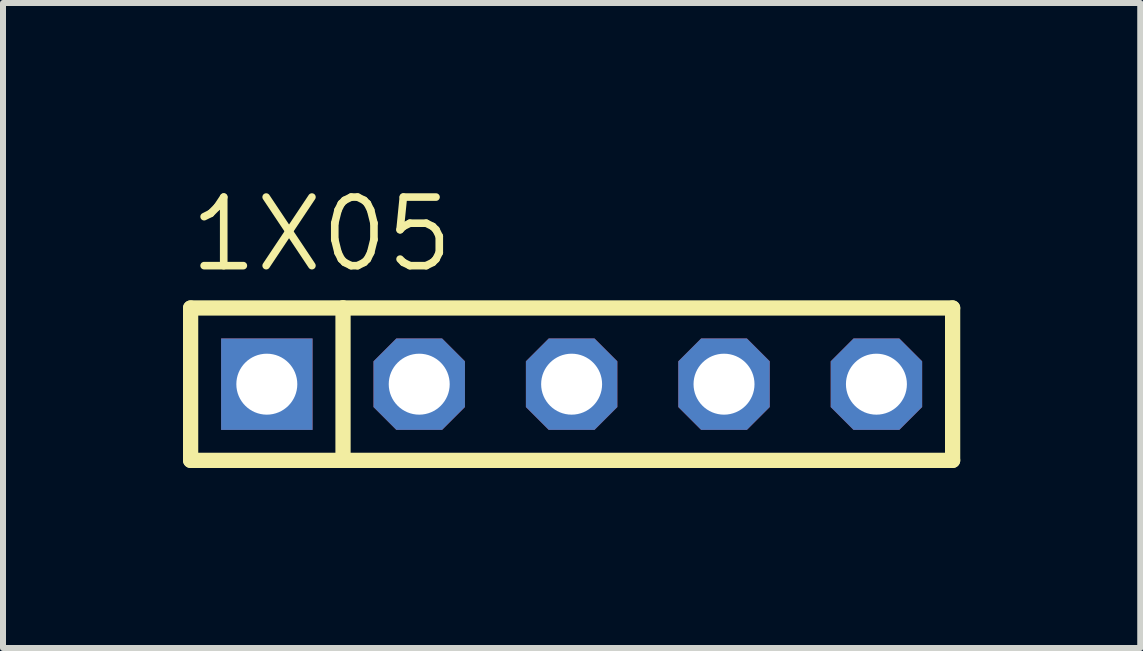
<source format=kicad_pcb>
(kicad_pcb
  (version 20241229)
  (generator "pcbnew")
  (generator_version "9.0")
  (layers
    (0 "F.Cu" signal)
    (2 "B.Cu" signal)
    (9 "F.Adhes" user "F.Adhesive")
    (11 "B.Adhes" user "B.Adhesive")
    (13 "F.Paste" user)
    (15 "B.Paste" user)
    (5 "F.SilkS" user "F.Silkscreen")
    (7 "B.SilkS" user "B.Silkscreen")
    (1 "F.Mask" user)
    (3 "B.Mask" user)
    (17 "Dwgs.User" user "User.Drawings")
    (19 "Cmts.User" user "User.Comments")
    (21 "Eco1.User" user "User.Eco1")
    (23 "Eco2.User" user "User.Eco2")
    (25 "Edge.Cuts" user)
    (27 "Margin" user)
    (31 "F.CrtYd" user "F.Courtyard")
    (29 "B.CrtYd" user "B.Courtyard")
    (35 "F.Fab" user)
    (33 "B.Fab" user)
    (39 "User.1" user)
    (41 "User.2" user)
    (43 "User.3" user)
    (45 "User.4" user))
  (footprint "1X05"
    (layer "F.Cu")
    (at 6.477 3.353)
    (property "Reference" "1X05" (at -6.426 -1.829 0) (layer "F.SilkS") (effects (font (size 1.143 1.143) (thickness 0.127)) (justify left bottom)))
    (fp_line (start -6.35 -1.27) (end -6.35 1.27) (stroke (width 0.254) (type solid)) (layer "F.SilkS"))
    (fp_line (start -6.35 -1.27) (end -3.81 -1.27) (stroke (width 0.254) (type solid)) (layer "F.SilkS"))
    (fp_line (start -3.81 -1.27) (end -3.81 1.27) (stroke (width 0.254) (type solid)) (layer "F.SilkS"))
    (fp_line (start -3.81 -1.27) (end 6.35 -1.27) (stroke (width 0.254) (type solid)) (layer "F.SilkS"))
    (fp_line (start 6.35 -1.27) (end 6.35 1.27) (stroke (width 0.254) (type solid)) (layer "F.SilkS"))
    (fp_line (start 6.35 1.27) (end -6.35 1.27) (stroke (width 0.254) (type solid)) (layer "F.SilkS"))
    (fp_poly (pts (xy -5.334 0.254) (xy -4.826 0.254) (xy -4.826 -0.254) (xy -5.334 -0.254)) (stroke (width 0.1) (type solid)) (fill no) (layer "F.Fab"))
    (fp_poly (pts (xy -2.794 0.254) (xy -2.286 0.254) (xy -2.286 -0.254) (xy -2.794 -0.254)) (stroke (width 0.1) (type solid)) (fill no) (layer "F.Fab"))
    (fp_poly (pts (xy -0.254 0.254) (xy 0.254 0.254) (xy 0.254 -0.254) (xy -0.254 -0.254)) (stroke (width 0.1) (type solid)) (fill no) (layer "F.Fab"))
    (fp_poly (pts (xy 2.286 0.254) (xy 2.794 0.254) (xy 2.794 -0.254) (xy 2.286 -0.254)) (stroke (width 0.1) (type solid)) (fill no) (layer "F.Fab"))
    (fp_poly (pts (xy 4.826 0.254) (xy 5.334 0.254) (xy 5.334 -0.254) (xy 4.826 -0.254)) (stroke (width 0.1) (type solid)) (fill no) (layer "F.Fab"))
    (pad "1" thru_hole rect (at -5.08 0 90) (size 1.524 1.524) (drill 1.016) (layers "*.Cu" "*.Mask"))
    (pad "2" thru_hole roundrect (at -2.54 0 90) (size 1.524 1.524) (drill 1.016) (layers "*.Cu" "*.Mask") (roundrect_rratio 0.25) (chamfer_ratio 0.25) (chamfer top_left top_right bottom_left bottom_right))
    (pad "3" thru_hole roundrect (at 0 0 90) (size 1.524 1.524) (drill 1.016) (layers "*.Cu" "*.Mask") (roundrect_rratio 0.25) (chamfer_ratio 0.25) (chamfer top_left top_right bottom_left bottom_right))
    (pad "4" thru_hole roundrect (at 2.54 0 90) (size 1.524 1.524) (drill 1.016) (layers "*.Cu" "*.Mask") (roundrect_rratio 0.25) (chamfer_ratio 0.25) (chamfer top_left top_right bottom_left bottom_right))
    (pad "5" thru_hole roundrect (at 5.08 0 90) (size 1.524 1.524) (drill 1.016) (layers "*.Cu" "*.Mask") (roundrect_rratio 0.25) (chamfer_ratio 0.25) (chamfer top_left top_right bottom_left bottom_right)))
  (gr_rect
    (start -3 -3)
    (end 15.954 7.75)
    (stroke (width 0.1) (type default))
    (fill no)
    (layer "Edge.Cuts")))
</source>
